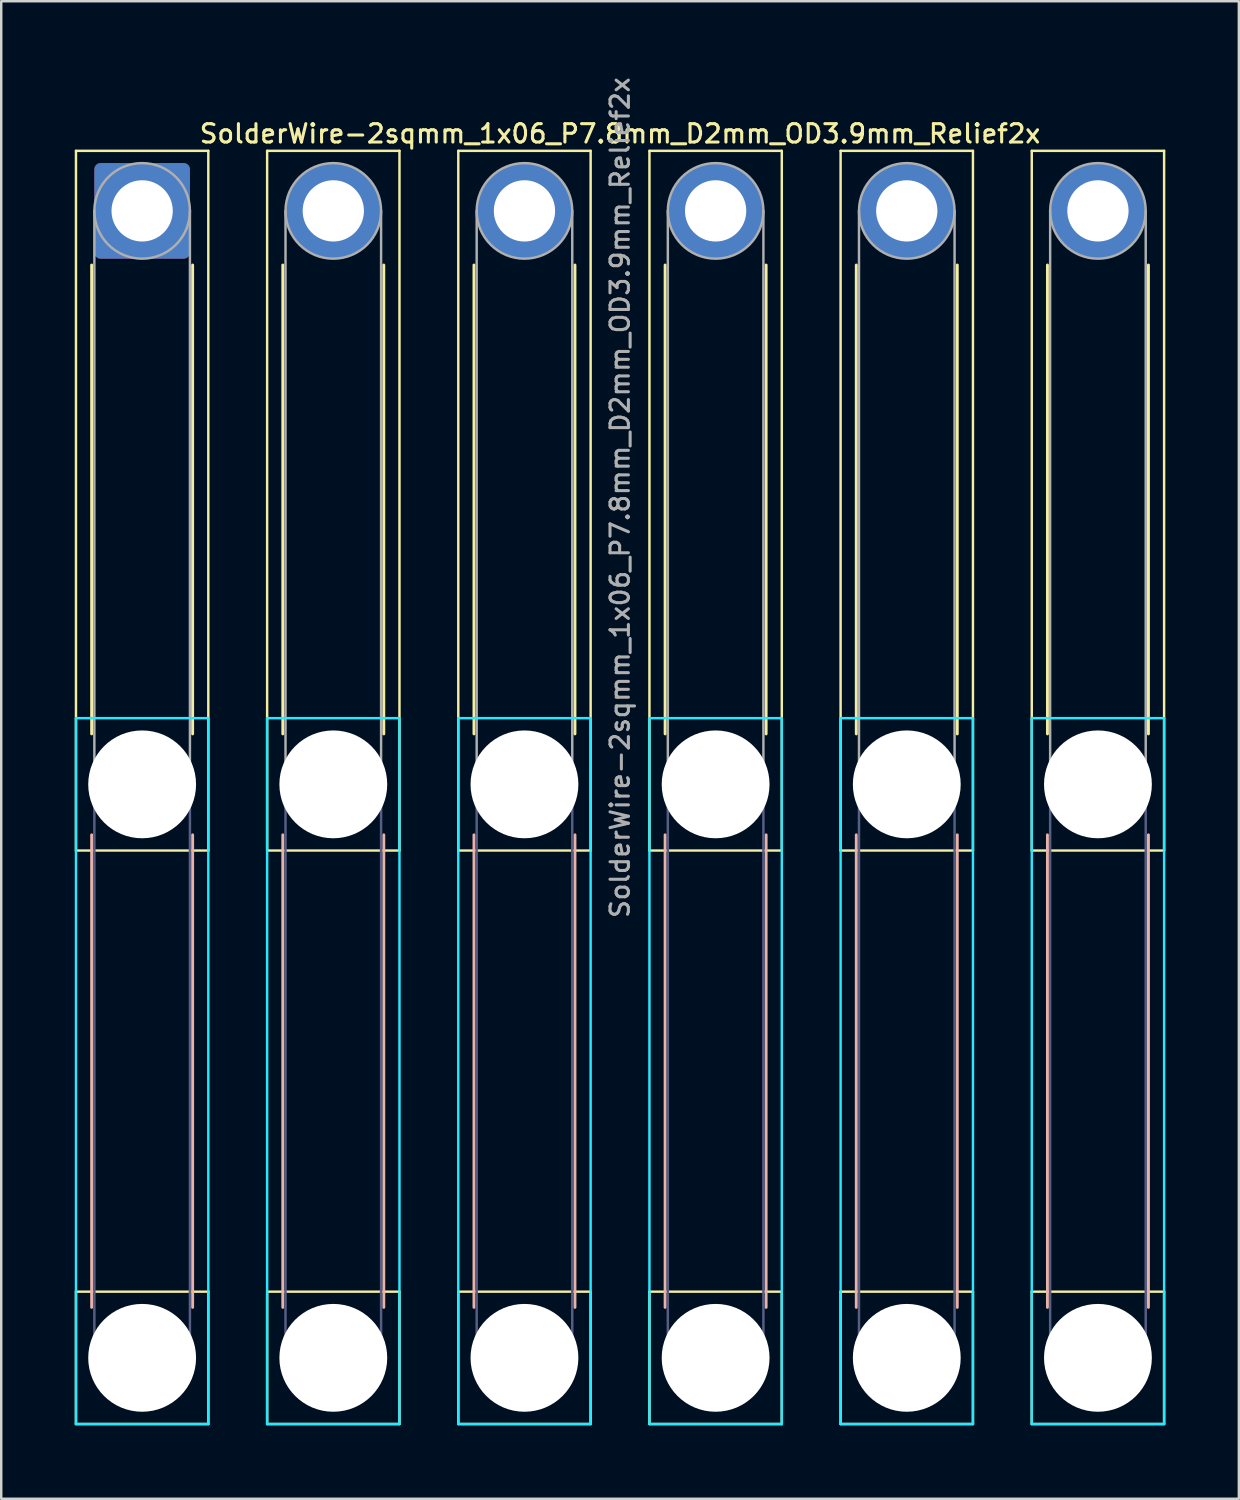
<source format=kicad_pcb>
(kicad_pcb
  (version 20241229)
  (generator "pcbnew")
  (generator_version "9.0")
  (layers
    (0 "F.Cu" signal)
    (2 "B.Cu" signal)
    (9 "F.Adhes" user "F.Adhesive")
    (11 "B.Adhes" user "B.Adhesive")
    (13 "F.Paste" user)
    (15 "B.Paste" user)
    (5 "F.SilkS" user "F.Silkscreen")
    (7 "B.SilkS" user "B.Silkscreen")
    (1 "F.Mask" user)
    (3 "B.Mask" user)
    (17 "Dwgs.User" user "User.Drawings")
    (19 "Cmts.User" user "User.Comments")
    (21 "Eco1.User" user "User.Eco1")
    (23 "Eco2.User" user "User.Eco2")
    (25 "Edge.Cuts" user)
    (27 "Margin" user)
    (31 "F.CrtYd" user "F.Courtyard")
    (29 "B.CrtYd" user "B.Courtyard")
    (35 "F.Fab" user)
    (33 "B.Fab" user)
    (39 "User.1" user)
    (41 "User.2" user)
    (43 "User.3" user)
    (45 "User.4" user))
  (footprint "SolderWire-2sqmm_1x06_P7.8mm_D2mm_OD3.9mm_Relief2x"
    (layer "F.Cu")
    (at 2.75 5.555)
    (property "Reference" "SolderWire-2sqmm_1x06_P7.8mm_D2mm_OD3.9mm_Relief2x" (at 19.5 -3.15 0) (layer "F.SilkS") (effects (font (size 0.75 0.75) (thickness 0.125))))
    (attr exclude_from_pos_files exclude_from_bom)
    (fp_line (start -2.7 -2.45) (end -2.7 26.1) (stroke (width 0.1) (type solid)) (layer "F.SilkS"))
    (fp_line (start -2.7 26.1) (end 2.7 26.1) (stroke (width 0.1) (type solid)) (layer "F.SilkS"))
    (fp_line (start -2.7 44.1) (end -2.7 49.5) (stroke (width 0.1) (type solid)) (layer "F.SilkS"))
    (fp_line (start -2.7 49.5) (end 2.7 49.5) (stroke (width 0.1) (type solid)) (layer "F.SilkS"))
    (fp_line (start -2.06 2.21) (end -2.06 21.34) (stroke (width 0.12) (type solid)) (layer "F.SilkS"))
    (fp_line (start 2.06 2.21) (end 2.06 21.34) (stroke (width 0.12) (type solid)) (layer "F.SilkS"))
    (fp_line (start 2.7 -2.45) (end -2.7 -2.45) (stroke (width 0.1) (type solid)) (layer "F.SilkS"))
    (fp_line (start 2.7 26.1) (end 2.7 -2.45) (stroke (width 0.1) (type solid)) (layer "F.SilkS"))
    (fp_line (start 2.7 44.1) (end -2.7 44.1) (stroke (width 0.1) (type solid)) (layer "F.SilkS"))
    (fp_line (start 2.7 49.5) (end 2.7 44.1) (stroke (width 0.1) (type solid)) (layer "F.SilkS"))
    (fp_line (start 5.1 -2.45) (end 5.1 26.1) (stroke (width 0.1) (type solid)) (layer "F.SilkS"))
    (fp_line (start 5.1 26.1) (end 10.5 26.1) (stroke (width 0.1) (type solid)) (layer "F.SilkS"))
    (fp_line (start 5.1 44.1) (end 5.1 49.5) (stroke (width 0.1) (type solid)) (layer "F.SilkS"))
    (fp_line (start 5.1 49.5) (end 10.5 49.5) (stroke (width 0.1) (type solid)) (layer "F.SilkS"))
    (fp_line (start 5.74 2.21) (end 5.74 21.34) (stroke (width 0.12) (type solid)) (layer "F.SilkS"))
    (fp_line (start 9.86 2.21) (end 9.86 21.34) (stroke (width 0.12) (type solid)) (layer "F.SilkS"))
    (fp_line (start 10.5 -2.45) (end 5.1 -2.45) (stroke (width 0.1) (type solid)) (layer "F.SilkS"))
    (fp_line (start 10.5 26.1) (end 10.5 -2.45) (stroke (width 0.1) (type solid)) (layer "F.SilkS"))
    (fp_line (start 10.5 44.1) (end 5.1 44.1) (stroke (width 0.1) (type solid)) (layer "F.SilkS"))
    (fp_line (start 10.5 49.5) (end 10.5 44.1) (stroke (width 0.1) (type solid)) (layer "F.SilkS"))
    (fp_line (start 12.9 -2.45) (end 12.9 26.1) (stroke (width 0.1) (type solid)) (layer "F.SilkS"))
    (fp_line (start 12.9 26.1) (end 18.3 26.1) (stroke (width 0.1) (type solid)) (layer "F.SilkS"))
    (fp_line (start 12.9 44.1) (end 12.9 49.5) (stroke (width 0.1) (type solid)) (layer "F.SilkS"))
    (fp_line (start 12.9 49.5) (end 18.3 49.5) (stroke (width 0.1) (type solid)) (layer "F.SilkS"))
    (fp_line (start 13.54 2.21) (end 13.54 21.34) (stroke (width 0.12) (type solid)) (layer "F.SilkS"))
    (fp_line (start 17.66 2.21) (end 17.66 21.34) (stroke (width 0.12) (type solid)) (layer "F.SilkS"))
    (fp_line (start 18.3 -2.45) (end 12.9 -2.45) (stroke (width 0.1) (type solid)) (layer "F.SilkS"))
    (fp_line (start 18.3 26.1) (end 18.3 -2.45) (stroke (width 0.1) (type solid)) (layer "F.SilkS"))
    (fp_line (start 18.3 44.1) (end 12.9 44.1) (stroke (width 0.1) (type solid)) (layer "F.SilkS"))
    (fp_line (start 18.3 49.5) (end 18.3 44.1) (stroke (width 0.1) (type solid)) (layer "F.SilkS"))
    (fp_line (start 20.7 -2.45) (end 20.7 26.1) (stroke (width 0.1) (type solid)) (layer "F.SilkS"))
    (fp_line (start 20.7 26.1) (end 26.1 26.1) (stroke (width 0.1) (type solid)) (layer "F.SilkS"))
    (fp_line (start 20.7 44.1) (end 20.7 49.5) (stroke (width 0.1) (type solid)) (layer "F.SilkS"))
    (fp_line (start 20.7 49.5) (end 26.1 49.5) (stroke (width 0.1) (type solid)) (layer "F.SilkS"))
    (fp_line (start 21.34 2.21) (end 21.34 21.34) (stroke (width 0.12) (type solid)) (layer "F.SilkS"))
    (fp_line (start 25.46 2.21) (end 25.46 21.34) (stroke (width 0.12) (type solid)) (layer "F.SilkS"))
    (fp_line (start 26.1 -2.45) (end 20.7 -2.45) (stroke (width 0.1) (type solid)) (layer "F.SilkS"))
    (fp_line (start 26.1 26.1) (end 26.1 -2.45) (stroke (width 0.1) (type solid)) (layer "F.SilkS"))
    (fp_line (start 26.1 44.1) (end 20.7 44.1) (stroke (width 0.1) (type solid)) (layer "F.SilkS"))
    (fp_line (start 26.1 49.5) (end 26.1 44.1) (stroke (width 0.1) (type solid)) (layer "F.SilkS"))
    (fp_line (start 28.5 -2.45) (end 28.5 26.1) (stroke (width 0.1) (type solid)) (layer "F.SilkS"))
    (fp_line (start 28.5 26.1) (end 33.9 26.1) (stroke (width 0.1) (type solid)) (layer "F.SilkS"))
    (fp_line (start 28.5 44.1) (end 28.5 49.5) (stroke (width 0.1) (type solid)) (layer "F.SilkS"))
    (fp_line (start 28.5 49.5) (end 33.9 49.5) (stroke (width 0.1) (type solid)) (layer "F.SilkS"))
    (fp_line (start 29.14 2.21) (end 29.14 21.34) (stroke (width 0.12) (type solid)) (layer "F.SilkS"))
    (fp_line (start 33.26 2.21) (end 33.26 21.34) (stroke (width 0.12) (type solid)) (layer "F.SilkS"))
    (fp_line (start 33.9 -2.45) (end 28.5 -2.45) (stroke (width 0.1) (type solid)) (layer "F.SilkS"))
    (fp_line (start 33.9 26.1) (end 33.9 -2.45) (stroke (width 0.1) (type solid)) (layer "F.SilkS"))
    (fp_line (start 33.9 44.1) (end 28.5 44.1) (stroke (width 0.1) (type solid)) (layer "F.SilkS"))
    (fp_line (start 33.9 49.5) (end 33.9 44.1) (stroke (width 0.1) (type solid)) (layer "F.SilkS"))
    (fp_line (start 36.3 -2.45) (end 36.3 26.1) (stroke (width 0.1) (type solid)) (layer "F.SilkS"))
    (fp_line (start 36.3 26.1) (end 41.7 26.1) (stroke (width 0.1) (type solid)) (layer "F.SilkS"))
    (fp_line (start 36.3 44.1) (end 36.3 49.5) (stroke (width 0.1) (type solid)) (layer "F.SilkS"))
    (fp_line (start 36.3 49.5) (end 41.7 49.5) (stroke (width 0.1) (type solid)) (layer "F.SilkS"))
    (fp_line (start 36.94 2.21) (end 36.94 21.34) (stroke (width 0.12) (type solid)) (layer "F.SilkS"))
    (fp_line (start 41.06 2.21) (end 41.06 21.34) (stroke (width 0.12) (type solid)) (layer "F.SilkS"))
    (fp_line (start 41.7 -2.45) (end 36.3 -2.45) (stroke (width 0.1) (type solid)) (layer "F.SilkS"))
    (fp_line (start 41.7 26.1) (end 41.7 -2.45) (stroke (width 0.1) (type solid)) (layer "F.SilkS"))
    (fp_line (start 41.7 44.1) (end 36.3 44.1) (stroke (width 0.1) (type solid)) (layer "F.SilkS"))
    (fp_line (start 41.7 49.5) (end 41.7 44.1) (stroke (width 0.1) (type solid)) (layer "F.SilkS"))
    (fp_line (start -2.06 25.46) (end -2.06 44.74) (stroke (width 0.12) (type solid)) (layer "B.SilkS"))
    (fp_line (start 2.06 25.46) (end 2.06 44.74) (stroke (width 0.12) (type solid)) (layer "B.SilkS"))
    (fp_line (start 5.74 25.46) (end 5.74 44.74) (stroke (width 0.12) (type solid)) (layer "B.SilkS"))
    (fp_line (start 9.86 25.46) (end 9.86 44.74) (stroke (width 0.12) (type solid)) (layer "B.SilkS"))
    (fp_line (start 13.54 25.46) (end 13.54 44.74) (stroke (width 0.12) (type solid)) (layer "B.SilkS"))
    (fp_line (start 17.66 25.46) (end 17.66 44.74) (stroke (width 0.12) (type solid)) (layer "B.SilkS"))
    (fp_line (start 21.34 25.46) (end 21.34 44.74) (stroke (width 0.12) (type solid)) (layer "B.SilkS"))
    (fp_line (start 25.46 25.46) (end 25.46 44.74) (stroke (width 0.12) (type solid)) (layer "B.SilkS"))
    (fp_line (start 29.14 25.46) (end 29.14 44.74) (stroke (width 0.12) (type solid)) (layer "B.SilkS"))
    (fp_line (start 33.26 25.46) (end 33.26 44.74) (stroke (width 0.12) (type solid)) (layer "B.SilkS"))
    (fp_line (start 36.94 25.46) (end 36.94 44.74) (stroke (width 0.12) (type solid)) (layer "B.SilkS"))
    (fp_line (start 41.06 25.46) (end 41.06 44.74) (stroke (width 0.12) (type solid)) (layer "B.SilkS"))
    (fp_line (start -2.7 20.7) (end -2.7 49.5) (stroke (width 0.1) (type solid)) (layer "B.CrtYd"))
    (fp_line (start -2.7 49.5) (end 2.7 49.5) (stroke (width 0.1) (type solid)) (layer "B.CrtYd"))
    (fp_line (start 2.7 20.7) (end -2.7 20.7) (stroke (width 0.1) (type solid)) (layer "B.CrtYd"))
    (fp_line (start 2.7 49.5) (end 2.7 20.7) (stroke (width 0.1) (type solid)) (layer "B.CrtYd"))
    (fp_line (start 5.1 20.7) (end 5.1 49.5) (stroke (width 0.1) (type solid)) (layer "B.CrtYd"))
    (fp_line (start 5.1 49.5) (end 10.5 49.5) (stroke (width 0.1) (type solid)) (layer "B.CrtYd"))
    (fp_line (start 10.5 20.7) (end 5.1 20.7) (stroke (width 0.1) (type solid)) (layer "B.CrtYd"))
    (fp_line (start 10.5 49.5) (end 10.5 20.7) (stroke (width 0.1) (type solid)) (layer "B.CrtYd"))
    (fp_line (start 12.9 20.7) (end 12.9 49.5) (stroke (width 0.1) (type solid)) (layer "B.CrtYd"))
    (fp_line (start 12.9 49.5) (end 18.3 49.5) (stroke (width 0.1) (type solid)) (layer "B.CrtYd"))
    (fp_line (start 18.3 20.7) (end 12.9 20.7) (stroke (width 0.1) (type solid)) (layer "B.CrtYd"))
    (fp_line (start 18.3 49.5) (end 18.3 20.7) (stroke (width 0.1) (type solid)) (layer "B.CrtYd"))
    (fp_line (start 20.7 20.7) (end 20.7 49.5) (stroke (width 0.1) (type solid)) (layer "B.CrtYd"))
    (fp_line (start 20.7 49.5) (end 26.1 49.5) (stroke (width 0.1) (type solid)) (layer "B.CrtYd"))
    (fp_line (start 26.1 20.7) (end 20.7 20.7) (stroke (width 0.1) (type solid)) (layer "B.CrtYd"))
    (fp_line (start 26.1 49.5) (end 26.1 20.7) (stroke (width 0.1) (type solid)) (layer "B.CrtYd"))
    (fp_line (start 28.5 20.7) (end 28.5 49.5) (stroke (width 0.1) (type solid)) (layer "B.CrtYd"))
    (fp_line (start 28.5 49.5) (end 33.9 49.5) (stroke (width 0.1) (type solid)) (layer "B.CrtYd"))
    (fp_line (start 33.9 20.7) (end 28.5 20.7) (stroke (width 0.1) (type solid)) (layer "B.CrtYd"))
    (fp_line (start 33.9 49.5) (end 33.9 20.7) (stroke (width 0.1) (type solid)) (layer "B.CrtYd"))
    (fp_line (start 36.3 20.7) (end 36.3 49.5) (stroke (width 0.1) (type solid)) (layer "B.CrtYd"))
    (fp_line (start 36.3 49.5) (end 41.7 49.5) (stroke (width 0.1) (type solid)) (layer "B.CrtYd"))
    (fp_line (start 41.7 20.7) (end 36.3 20.7) (stroke (width 0.1) (type solid)) (layer "B.CrtYd"))
    (fp_line (start 41.7 49.5) (end 41.7 20.7) (stroke (width 0.1) (type solid)) (layer "B.CrtYd"))
    (fp_line (start -1.95 23.4) (end -1.95 46.8) (stroke (width 0.1) (type solid)) (layer "B.Fab"))
    (fp_line (start 1.95 23.4) (end 1.95 46.8) (stroke (width 0.1) (type solid)) (layer "B.Fab"))
    (fp_line (start 5.85 23.4) (end 5.85 46.8) (stroke (width 0.1) (type solid)) (layer "B.Fab"))
    (fp_line (start 9.75 23.4) (end 9.75 46.8) (stroke (width 0.1) (type solid)) (layer "B.Fab"))
    (fp_line (start 13.65 23.4) (end 13.65 46.8) (stroke (width 0.1) (type solid)) (layer "B.Fab"))
    (fp_line (start 17.55 23.4) (end 17.55 46.8) (stroke (width 0.1) (type solid)) (layer "B.Fab"))
    (fp_line (start 21.45 23.4) (end 21.45 46.8) (stroke (width 0.1) (type solid)) (layer "B.Fab"))
    (fp_line (start 25.35 23.4) (end 25.35 46.8) (stroke (width 0.1) (type solid)) (layer "B.Fab"))
    (fp_line (start 29.25 23.4) (end 29.25 46.8) (stroke (width 0.1) (type solid)) (layer "B.Fab"))
    (fp_line (start 33.15 23.4) (end 33.15 46.8) (stroke (width 0.1) (type solid)) (layer "B.Fab"))
    (fp_line (start 37.05 23.4) (end 37.05 46.8) (stroke (width 0.1) (type solid)) (layer "B.Fab"))
    (fp_line (start 40.95 23.4) (end 40.95 46.8) (stroke (width 0.1) (type solid)) (layer "B.Fab"))
    (fp_circle (center 0 23.4) (end 1.95 23.4) (stroke (width 0.1) (type solid)) (fill no) (layer "B.Fab"))
    (fp_circle (center 0 46.8) (end 1.95 46.8) (stroke (width 0.1) (type solid)) (fill no) (layer "B.Fab"))
    (fp_circle (center 7.8 23.4) (end 9.75 23.4) (stroke (width 0.1) (type solid)) (fill no) (layer "B.Fab"))
    (fp_circle (center 7.8 46.8) (end 9.75 46.8) (stroke (width 0.1) (type solid)) (fill no) (layer "B.Fab"))
    (fp_circle (center 15.6 23.4) (end 17.55 23.4) (stroke (width 0.1) (type solid)) (fill no) (layer "B.Fab"))
    (fp_circle (center 15.6 46.8) (end 17.55 46.8) (stroke (width 0.1) (type solid)) (fill no) (layer "B.Fab"))
    (fp_circle (center 23.4 23.4) (end 25.35 23.4) (stroke (width 0.1) (type solid)) (fill no) (layer "B.Fab"))
    (fp_circle (center 23.4 46.8) (end 25.35 46.8) (stroke (width 0.1) (type solid)) (fill no) (layer "B.Fab"))
    (fp_circle (center 31.2 23.4) (end 33.15 23.4) (stroke (width 0.1) (type solid)) (fill no) (layer "B.Fab"))
    (fp_circle (center 31.2 46.8) (end 33.15 46.8) (stroke (width 0.1) (type solid)) (fill no) (layer "B.Fab"))
    (fp_circle (center 39 23.4) (end 40.95 23.4) (stroke (width 0.1) (type solid)) (fill no) (layer "B.Fab"))
    (fp_circle (center 39 46.8) (end 40.95 46.8) (stroke (width 0.1) (type solid)) (fill no) (layer "B.Fab"))
    (fp_line (start -1.95 0) (end -1.95 23.4) (stroke (width 0.1) (type solid)) (layer "F.Fab"))
    (fp_line (start 1.95 0) (end 1.95 23.4) (stroke (width 0.1) (type solid)) (layer "F.Fab"))
    (fp_line (start 5.85 0) (end 5.85 23.4) (stroke (width 0.1) (type solid)) (layer "F.Fab"))
    (fp_line (start 9.75 0) (end 9.75 23.4) (stroke (width 0.1) (type solid)) (layer "F.Fab"))
    (fp_line (start 13.65 0) (end 13.65 23.4) (stroke (width 0.1) (type solid)) (layer "F.Fab"))
    (fp_line (start 17.55 0) (end 17.55 23.4) (stroke (width 0.1) (type solid)) (layer "F.Fab"))
    (fp_line (start 21.45 0) (end 21.45 23.4) (stroke (width 0.1) (type solid)) (layer "F.Fab"))
    (fp_line (start 25.35 0) (end 25.35 23.4) (stroke (width 0.1) (type solid)) (layer "F.Fab"))
    (fp_line (start 29.25 0) (end 29.25 23.4) (stroke (width 0.1) (type solid)) (layer "F.Fab"))
    (fp_line (start 33.15 0) (end 33.15 23.4) (stroke (width 0.1) (type solid)) (layer "F.Fab"))
    (fp_line (start 37.05 0) (end 37.05 23.4) (stroke (width 0.1) (type solid)) (layer "F.Fab"))
    (fp_line (start 40.95 0) (end 40.95 23.4) (stroke (width 0.1) (type solid)) (layer "F.Fab"))
    (fp_circle (center 0 0) (end 1.95 0) (stroke (width 0.1) (type solid)) (fill no) (layer "F.Fab"))
    (fp_circle (center 0 23.4) (end 1.95 23.4) (stroke (width 0.1) (type solid)) (fill no) (layer "F.Fab"))
    (fp_circle (center 0 46.8) (end 1.95 46.8) (stroke (width 0.1) (type solid)) (fill no) (layer "F.Fab"))
    (fp_circle (center 7.8 0) (end 9.75 0) (stroke (width 0.1) (type solid)) (fill no) (layer "F.Fab"))
    (fp_circle (center 7.8 23.4) (end 9.75 23.4) (stroke (width 0.1) (type solid)) (fill no) (layer "F.Fab"))
    (fp_circle (center 7.8 46.8) (end 9.75 46.8) (stroke (width 0.1) (type solid)) (fill no) (layer "F.Fab"))
    (fp_circle (center 15.6 0) (end 17.55 0) (stroke (width 0.1) (type solid)) (fill no) (layer "F.Fab"))
    (fp_circle (center 15.6 23.4) (end 17.55 23.4) (stroke (width 0.1) (type solid)) (fill no) (layer "F.Fab"))
    (fp_circle (center 15.6 46.8) (end 17.55 46.8) (stroke (width 0.1) (type solid)) (fill no) (layer "F.Fab"))
    (fp_circle (center 23.4 0) (end 25.35 0) (stroke (width 0.1) (type solid)) (fill no) (layer "F.Fab"))
    (fp_circle (center 23.4 23.4) (end 25.35 23.4) (stroke (width 0.1) (type solid)) (fill no) (layer "F.Fab"))
    (fp_circle (center 23.4 46.8) (end 25.35 46.8) (stroke (width 0.1) (type solid)) (fill no) (layer "F.Fab"))
    (fp_circle (center 31.2 0) (end 33.15 0) (stroke (width 0.1) (type solid)) (fill no) (layer "F.Fab"))
    (fp_circle (center 31.2 23.4) (end 33.15 23.4) (stroke (width 0.1) (type solid)) (fill no) (layer "F.Fab"))
    (fp_circle (center 31.2 46.8) (end 33.15 46.8) (stroke (width 0.1) (type solid)) (fill no) (layer "F.Fab"))
    (fp_circle (center 39 0) (end 40.95 0) (stroke (width 0.1) (type solid)) (fill no) (layer "F.Fab"))
    (fp_circle (center 39 23.4) (end 40.95 23.4) (stroke (width 0.1) (type solid)) (fill no) (layer "F.Fab"))
    (fp_circle (center 39 46.8) (end 40.95 46.8) (stroke (width 0.1) (type solid)) (fill no) (layer "F.Fab"))
    (fp_text user "${REFERENCE}" (at 19.5 11.7 90) (layer "F.Fab") (effects (font (size 0.75 0.75) (thickness 0.125))))
    (pad "" np_thru_hole circle (at 0 23.4) (size 4.4 4.4) (drill 4.4) (layers "*.Cu" "*.Mask"))
    (pad "" np_thru_hole circle (at 0 46.8) (size 4.4 4.4) (drill 4.4) (layers "*.Cu" "*.Mask"))
    (pad "" np_thru_hole circle (at 7.8 23.4) (size 4.4 4.4) (drill 4.4) (layers "*.Cu" "*.Mask"))
    (pad "" np_thru_hole circle (at 7.8 46.8) (size 4.4 4.4) (drill 4.4) (layers "*.Cu" "*.Mask"))
    (pad "" np_thru_hole circle (at 15.6 23.4) (size 4.4 4.4) (drill 4.4) (layers "*.Cu" "*.Mask"))
    (pad "" np_thru_hole circle (at 15.6 46.8) (size 4.4 4.4) (drill 4.4) (layers "*.Cu" "*.Mask"))
    (pad "" np_thru_hole circle (at 23.4 23.4) (size 4.4 4.4) (drill 4.4) (layers "*.Cu" "*.Mask"))
    (pad "" np_thru_hole circle (at 23.4 46.8) (size 4.4 4.4) (drill 4.4) (layers "*.Cu" "*.Mask"))
    (pad "" np_thru_hole circle (at 31.2 23.4) (size 4.4 4.4) (drill 4.4) (layers "*.Cu" "*.Mask"))
    (pad "" np_thru_hole circle (at 31.2 46.8) (size 4.4 4.4) (drill 4.4) (layers "*.Cu" "*.Mask"))
    (pad "" np_thru_hole circle (at 39 23.4) (size 4.4 4.4) (drill 4.4) (layers "*.Cu" "*.Mask"))
    (pad "" np_thru_hole circle (at 39 46.8) (size 4.4 4.4) (drill 4.4) (layers "*.Cu" "*.Mask"))
    (pad "1" thru_hole roundrect (at 0 0) (size 3.9 3.9) (drill 2.5) (layers "*.Cu" "*.Mask") (roundrect_rratio 0.064))
    (pad "2" thru_hole circle (at 7.8 0) (size 3.9 3.9) (drill 2.5) (layers "*.Cu" "*.Mask"))
    (pad "3" thru_hole circle (at 15.6 0) (size 3.9 3.9) (drill 2.5) (layers "*.Cu" "*.Mask"))
    (pad "4" thru_hole circle (at 23.4 0) (size 3.9 3.9) (drill 2.5) (layers "*.Cu" "*.Mask"))
    (pad "5" thru_hole circle (at 31.2 0) (size 3.9 3.9) (drill 2.5) (layers "*.Cu" "*.Mask"))
    (pad "6" thru_hole circle (at 39 0) (size 3.9 3.9) (drill 2.5) (layers "*.Cu" "*.Mask")))
  (gr_rect
    (start -3 -3)
    (end 47.5 58.105)
    (stroke (width 0.1) (type default))
    (fill no)
    (layer "Edge.Cuts")))
</source>
